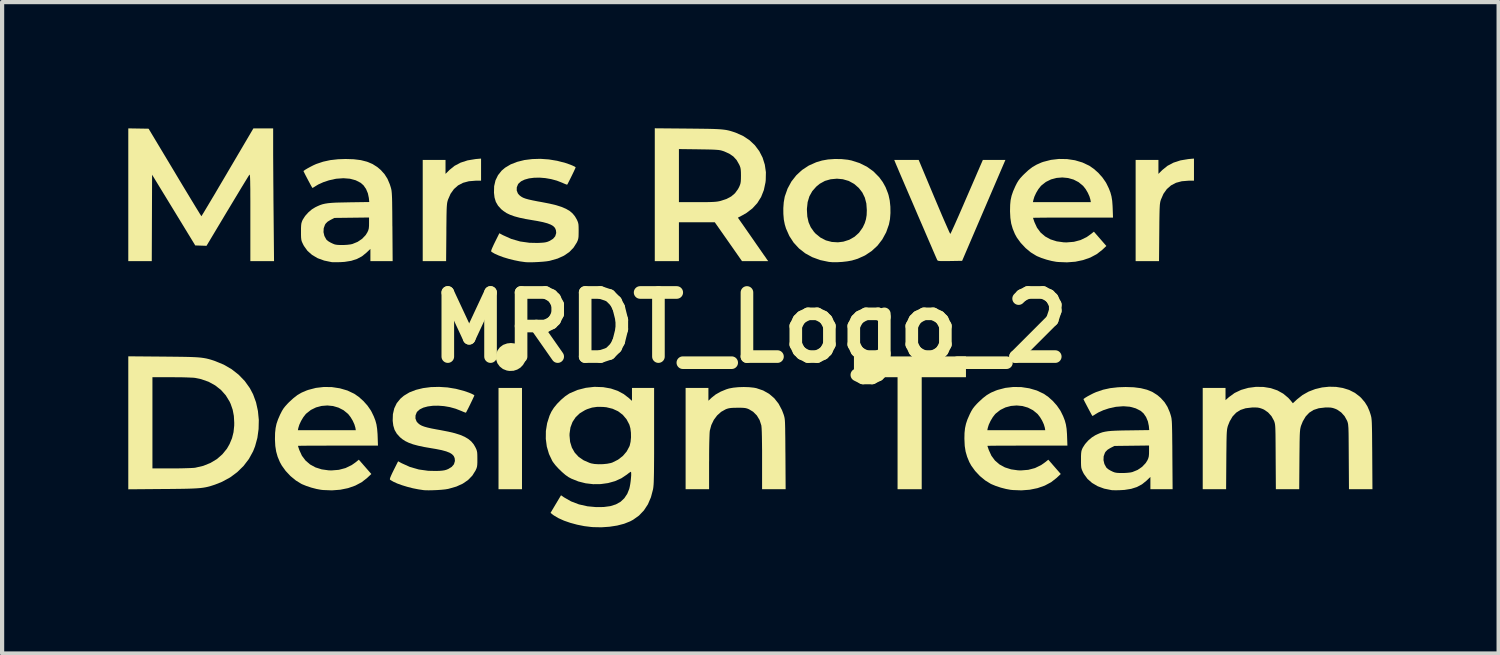
<source format=kicad_pcb>
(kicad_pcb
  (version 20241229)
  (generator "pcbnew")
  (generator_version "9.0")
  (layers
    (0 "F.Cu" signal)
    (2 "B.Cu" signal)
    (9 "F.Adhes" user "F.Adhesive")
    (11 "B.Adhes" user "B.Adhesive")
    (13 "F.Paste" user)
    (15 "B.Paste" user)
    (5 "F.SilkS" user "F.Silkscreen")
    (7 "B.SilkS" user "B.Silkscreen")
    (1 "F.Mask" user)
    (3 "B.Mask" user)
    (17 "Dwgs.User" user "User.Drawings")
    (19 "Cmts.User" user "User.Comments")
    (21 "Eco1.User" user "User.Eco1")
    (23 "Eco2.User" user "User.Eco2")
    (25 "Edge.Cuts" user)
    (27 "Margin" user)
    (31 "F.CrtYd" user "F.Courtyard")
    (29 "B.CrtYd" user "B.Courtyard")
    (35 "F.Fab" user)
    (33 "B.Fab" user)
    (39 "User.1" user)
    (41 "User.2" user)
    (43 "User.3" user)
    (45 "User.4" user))
  (footprint "MRDT_Logo_2"
    (layer "F.Cu")
    (at 14.781 4.738)
    (property "Reference" "MRDT_Logo_2" (at 0 0 0) (layer "F.SilkS") (effects (font (size 1.524 1.524) (thickness 0.3))))
    (attr board_only exclude_from_pos_files exclude_from_bom)
    (fp_poly (pts (xy -5.421 3.843) (xy -5.979 3.843) (xy -5.979 1.435) (xy -5.421 1.435)) (stroke (width 0) (type solid)) (fill yes) (layer "F.SilkS"))
    (fp_poly (pts (xy 5.134 1.18) (xy 4.082 1.18) (xy 4.082 3.843) (xy 3.508 3.843) (xy 3.508 1.18) (xy 2.471 1.18) (xy 2.471 0.686) (xy 5.134 0.686)) (stroke (width 0) (type solid)) (fill yes) (layer "F.SilkS"))
    (fp_poly (pts (xy -5.576 0.38) (xy -5.485 0.419) (xy -5.41 0.484) (xy -5.356 0.565) (xy -5.331 0.65) (xy -5.331 0.735) (xy -5.354 0.817) (xy -5.398 0.89) (xy -5.459 0.953) (xy -5.535 0.999) (xy -5.623 1.027) (xy -5.721 1.031) (xy -5.783 1.021) (xy -5.874 0.985) (xy -5.95 0.925) (xy -6.006 0.848) (xy -6.036 0.758) (xy -6.039 0.736) (xy -6.035 0.634) (xy -6.003 0.543) (xy -5.946 0.468) (xy -5.869 0.411) (xy -5.774 0.377) (xy -5.684 0.367)) (stroke (width 0) (type solid)) (fill yes) (layer "F.SilkS"))
    (fp_poly (pts (xy -6.394 -3.492) (xy -6.525 -3.492) (xy -6.684 -3.479) (xy -6.822 -3.442) (xy -6.941 -3.38) (xy -7.039 -3.293) (xy -7.119 -3.181) (xy -7.179 -3.044) (xy -7.18 -3.041) (xy -7.188 -3.016) (xy -7.195 -2.989) (xy -7.201 -2.959) (xy -7.205 -2.921) (xy -7.209 -2.873) (xy -7.212 -2.812) (xy -7.214 -2.733) (xy -7.216 -2.635) (xy -7.217 -2.513) (xy -7.219 -2.364) (xy -7.219 -2.26) (xy -7.225 -1.579) (xy -7.781 -1.579) (xy -7.781 -3.986) (xy -7.239 -3.986) (xy -7.239 -3.654) (xy -7.146 -3.747) (xy -7.025 -3.845) (xy -6.881 -3.921) (xy -6.715 -3.975) (xy -6.527 -4.006) (xy -6.509 -4.008) (xy -6.394 -4.018)) (stroke (width 0) (type solid)) (fill yes) (layer "F.SilkS"))
    (fp_poly (pts (xy 10.555 -3.492) (xy 10.424 -3.492) (xy 10.265 -3.479) (xy 10.127 -3.442) (xy 10.009 -3.38) (xy 9.91 -3.293) (xy 9.83 -3.181) (xy 9.77 -3.044) (xy 9.769 -3.041) (xy 9.761 -3.016) (xy 9.754 -2.989) (xy 9.749 -2.959) (xy 9.744 -2.921) (xy 9.741 -2.873) (xy 9.738 -2.812) (xy 9.736 -2.733) (xy 9.734 -2.635) (xy 9.732 -2.513) (xy 9.731 -2.364) (xy 9.73 -2.26) (xy 9.724 -1.579) (xy 9.168 -1.579) (xy 9.168 -3.986) (xy 9.71 -3.986) (xy 9.71 -3.654) (xy 9.803 -3.747) (xy 9.924 -3.845) (xy 10.068 -3.921) (xy 10.234 -3.975) (xy 10.422 -4.006) (xy 10.44 -4.008) (xy 10.555 -4.018)) (stroke (width 0) (type solid)) (fill yes) (layer "F.SilkS"))
    (fp_poly (pts (xy 5.557 -2.786) (xy 5.043 -1.587) (xy 4.754 -1.582) (xy 4.651 -1.581) (xy 4.575 -1.581) (xy 4.523 -1.582) (xy 4.488 -1.585) (xy 4.467 -1.591) (xy 4.456 -1.599) (xy 4.451 -1.606) (xy 4.443 -1.624) (xy 4.423 -1.669) (xy 4.393 -1.738) (xy 4.354 -1.828) (xy 4.308 -1.936) (xy 4.254 -2.06) (xy 4.195 -2.197) (xy 4.132 -2.344) (xy 4.065 -2.499) (xy 3.996 -2.658) (xy 3.927 -2.82) (xy 3.858 -2.981) (xy 3.79 -3.138) (xy 3.725 -3.289) (xy 3.664 -3.431) (xy 3.608 -3.562) (xy 3.558 -3.678) (xy 3.516 -3.778) (xy 3.482 -3.857) (xy 3.458 -3.914) (xy 3.445 -3.946) (xy 3.443 -3.95) (xy 3.429 -3.986) (xy 3.72 -3.986) (xy 4.01 -3.986) (xy 4.379 -3.105) (xy 4.446 -2.947) (xy 4.509 -2.798) (xy 4.567 -2.661) (xy 4.62 -2.539) (xy 4.667 -2.432) (xy 4.705 -2.346) (xy 4.734 -2.281) (xy 4.754 -2.24) (xy 4.762 -2.227) (xy 4.771 -2.242) (xy 4.791 -2.283) (xy 4.821 -2.348) (xy 4.86 -2.433) (xy 4.906 -2.537) (xy 4.959 -2.656) (xy 5.016 -2.787) (xy 5.077 -2.927) (xy 5.081 -2.937) (xy 5.145 -3.085) (xy 5.208 -3.23) (xy 5.268 -3.368) (xy 5.323 -3.495) (xy 5.372 -3.608) (xy 5.412 -3.702) (xy 5.444 -3.774) (xy 5.461 -3.815) (xy 5.536 -3.986) (xy 6.072 -3.986)) (stroke (width 0) (type solid)) (fill yes) (layer "F.SilkS"))
    (fp_poly (pts (xy -14.539 -4.732) (xy -14.298 -4.728) (xy -13.674 -3.688) (xy -13.575 -3.522) (xy -13.48 -3.364) (xy -13.391 -3.217) (xy -13.309 -3.081) (xy -13.236 -2.961) (xy -13.173 -2.857) (xy -13.12 -2.771) (xy -13.081 -2.707) (xy -13.054 -2.665) (xy -13.043 -2.648) (xy -13.043 -2.648) (xy -13.034 -2.661) (xy -13.01 -2.7) (xy -12.972 -2.762) (xy -12.922 -2.846) (xy -12.861 -2.948) (xy -12.79 -3.067) (xy -12.71 -3.201) (xy -12.624 -3.348) (xy -12.531 -3.505) (xy -12.433 -3.671) (xy -12.421 -3.692) (xy -11.807 -4.735) (xy -11.572 -4.735) (xy -11.337 -4.736) (xy -11.337 -4.221) (xy -11.337 -4.112) (xy -11.336 -3.975) (xy -11.335 -3.815) (xy -11.334 -3.637) (xy -11.333 -3.446) (xy -11.331 -3.245) (xy -11.33 -3.041) (xy -11.328 -2.836) (xy -11.326 -2.643) (xy -11.316 -1.579) (xy -11.879 -1.579) (xy -11.879 -2.618) (xy -11.879 -2.829) (xy -11.879 -3.01) (xy -11.88 -3.163) (xy -11.88 -3.29) (xy -11.882 -3.394) (xy -11.883 -3.476) (xy -11.885 -3.539) (xy -11.887 -3.584) (xy -11.89 -3.614) (xy -11.894 -3.631) (xy -11.898 -3.636) (xy -11.901 -3.635) (xy -11.913 -3.617) (xy -11.939 -3.575) (xy -11.979 -3.51) (xy -12.031 -3.425) (xy -12.094 -3.322) (xy -12.165 -3.204) (xy -12.244 -3.073) (xy -12.329 -2.932) (xy -12.418 -2.784) (xy -12.422 -2.778) (xy -12.921 -1.944) (xy -13.189 -1.953) (xy -13.702 -2.794) (xy -14.215 -3.634) (xy -14.219 -2.606) (xy -14.223 -1.579) (xy -14.781 -1.579) (xy -14.781 -4.736)) (stroke (width 0) (type solid)) (fill yes) (layer "F.SilkS"))
    (fp_poly (pts (xy -0.022 1.417) (xy 0.092 1.429) (xy 0.15 1.44) (xy 0.312 1.495) (xy 0.454 1.575) (xy 0.576 1.679) (xy 0.678 1.808) (xy 0.76 1.962) (xy 0.799 2.065) (xy 0.807 2.09) (xy 0.814 2.115) (xy 0.82 2.141) (xy 0.825 2.172) (xy 0.829 2.211) (xy 0.832 2.261) (xy 0.834 2.324) (xy 0.836 2.404) (xy 0.837 2.503) (xy 0.839 2.625) (xy 0.84 2.771) (xy 0.841 2.946) (xy 0.842 3.01) (xy 0.847 3.843) (xy 0.287 3.843) (xy 0.287 3.126) (xy 0.287 2.921) (xy 0.285 2.745) (xy 0.283 2.598) (xy 0.28 2.481) (xy 0.276 2.395) (xy 0.271 2.339) (xy 0.269 2.325) (xy 0.228 2.198) (xy 0.162 2.089) (xy 0.074 2.001) (xy -0.024 1.942) (xy -0.063 1.926) (xy -0.102 1.915) (xy -0.149 1.909) (xy -0.212 1.906) (xy -0.295 1.906) (xy -0.384 1.907) (xy -0.449 1.911) (xy -0.5 1.918) (xy -0.545 1.93) (xy -0.577 1.942) (xy -0.686 2.003) (xy -0.782 2.089) (xy -0.861 2.195) (xy -0.92 2.318) (xy -0.956 2.452) (xy -0.956 2.455) (xy -0.96 2.495) (xy -0.963 2.561) (xy -0.966 2.652) (xy -0.969 2.762) (xy -0.971 2.888) (xy -0.972 3.025) (xy -0.972 3.169) (xy -0.973 3.201) (xy -0.973 3.843) (xy -1.531 3.843) (xy -1.531 1.435) (xy -0.989 1.435) (xy -0.989 1.739) (xy -0.913 1.667) (xy -0.816 1.59) (xy -0.697 1.523) (xy -0.564 1.468) (xy -0.499 1.448) (xy -0.398 1.429) (xy -0.278 1.417) (xy -0.149 1.413)) (stroke (width 0) (type solid)) (fill yes) (layer "F.SilkS"))
    (fp_poly (pts (xy -13.948 0.69) (xy -13.749 0.692) (xy -13.579 0.694) (xy -13.435 0.696) (xy -13.313 0.699) (xy -13.211 0.703) (xy -13.124 0.708) (xy -13.05 0.715) (xy -12.986 0.724) (xy -12.929 0.734) (xy -12.875 0.747) (xy -12.821 0.762) (xy -12.764 0.78) (xy -12.718 0.796) (xy -12.512 0.881) (xy -12.324 0.99) (xy -12.157 1.121) (xy -12.012 1.271) (xy -11.891 1.44) (xy -11.814 1.586) (xy -11.744 1.777) (xy -11.699 1.983) (xy -11.678 2.196) (xy -11.683 2.411) (xy -11.712 2.622) (xy -11.767 2.823) (xy -11.814 2.942) (xy -11.914 3.124) (xy -12.04 3.289) (xy -12.19 3.436) (xy -12.361 3.563) (xy -12.553 3.667) (xy -12.718 3.733) (xy -12.779 3.753) (xy -12.835 3.771) (xy -12.889 3.785) (xy -12.944 3.797) (xy -13.003 3.807) (xy -13.069 3.815) (xy -13.146 3.821) (xy -13.236 3.826) (xy -13.344 3.83) (xy -13.471 3.833) (xy -13.622 3.835) (xy -13.799 3.837) (xy -13.948 3.838) (xy -14.781 3.845) (xy -14.781 1.18) (xy -14.207 1.18) (xy -14.207 3.348) (xy -13.748 3.348) (xy -13.625 3.348) (xy -13.506 3.346) (xy -13.398 3.343) (xy -13.306 3.34) (xy -13.234 3.336) (xy -13.189 3.332) (xy -13.187 3.331) (xy -12.998 3.287) (xy -12.827 3.218) (xy -12.674 3.126) (xy -12.544 3.012) (xy -12.435 2.878) (xy -12.373 2.769) (xy -12.315 2.63) (xy -12.279 2.487) (xy -12.263 2.332) (xy -12.262 2.264) (xy -12.271 2.101) (xy -12.299 1.954) (xy -12.347 1.815) (xy -12.373 1.759) (xy -12.464 1.61) (xy -12.578 1.482) (xy -12.716 1.374) (xy -12.873 1.288) (xy -13.05 1.226) (xy -13.187 1.197) (xy -13.23 1.192) (xy -13.3 1.189) (xy -13.391 1.185) (xy -13.498 1.182) (xy -13.616 1.181) (xy -13.739 1.18) (xy -13.748 1.18) (xy -14.207 1.18) (xy -14.781 1.18) (xy -14.781 0.683)) (stroke (width 0) (type solid)) (fill yes) (layer "F.SilkS"))
    (fp_poly (pts (xy 2.174 -4.006) (xy 2.326 -3.99) (xy 2.412 -3.973) (xy 2.605 -3.911) (xy 2.778 -3.825) (xy 2.932 -3.715) (xy 3.063 -3.583) (xy 3.07 -3.576) (xy 3.156 -3.459) (xy 3.223 -3.338) (xy 3.277 -3.201) (xy 3.294 -3.149) (xy 3.322 -3.021) (xy 3.337 -2.875) (xy 3.339 -2.724) (xy 3.328 -2.578) (xy 3.303 -2.451) (xy 3.237 -2.265) (xy 3.145 -2.096) (xy 3.03 -1.947) (xy 2.892 -1.82) (xy 2.734 -1.715) (xy 2.559 -1.636) (xy 2.423 -1.595) (xy 2.314 -1.575) (xy 2.191 -1.561) (xy 2.066 -1.554) (xy 1.95 -1.555) (xy 1.873 -1.562) (xy 1.668 -1.605) (xy 1.48 -1.674) (xy 1.312 -1.766) (xy 1.164 -1.882) (xy 1.038 -2.019) (xy 0.935 -2.177) (xy 0.856 -2.355) (xy 0.827 -2.451) (xy 0.804 -2.566) (xy 0.793 -2.7) (xy 0.792 -2.798) (xy 1.353 -2.798) (xy 1.362 -2.641) (xy 1.392 -2.505) (xy 1.444 -2.385) (xy 1.52 -2.277) (xy 1.562 -2.231) (xy 1.676 -2.139) (xy 1.804 -2.073) (xy 1.944 -2.036) (xy 2.091 -2.027) (xy 2.22 -2.043) (xy 2.361 -2.088) (xy 2.485 -2.159) (xy 2.591 -2.254) (xy 2.674 -2.371) (xy 2.684 -2.388) (xy 2.729 -2.484) (xy 2.757 -2.576) (xy 2.773 -2.675) (xy 2.777 -2.793) (xy 2.777 -2.794) (xy 2.766 -2.951) (xy 2.73 -3.089) (xy 2.67 -3.212) (xy 2.586 -3.32) (xy 2.475 -3.416) (xy 2.348 -3.486) (xy 2.207 -3.527) (xy 2.067 -3.54) (xy 1.916 -3.526) (xy 1.781 -3.487) (xy 1.659 -3.42) (xy 1.575 -3.351) (xy 1.48 -3.243) (xy 1.412 -3.121) (xy 1.37 -2.982) (xy 1.353 -2.824) (xy 1.353 -2.798) (xy 0.792 -2.798) (xy 0.792 -2.841) (xy 0.802 -2.978) (xy 0.823 -3.098) (xy 0.827 -3.117) (xy 0.893 -3.304) (xy 0.984 -3.472) (xy 1.1 -3.62) (xy 1.237 -3.747) (xy 1.396 -3.851) (xy 1.575 -3.931) (xy 1.714 -3.972) (xy 1.855 -3.997) (xy 2.013 -4.008)) (stroke (width 0) (type solid)) (fill yes) (layer "F.SilkS"))
    (fp_poly (pts (xy -1.471 -4.731) (xy -1.281 -4.729) (xy -1.119 -4.727) (xy -0.982 -4.725) (xy -0.868 -4.722) (xy -0.773 -4.718) (xy -0.693 -4.713) (xy -0.625 -4.706) (xy -0.567 -4.698) (xy -0.514 -4.687) (xy -0.464 -4.674) (xy -0.413 -4.658) (xy -0.358 -4.64) (xy -0.329 -4.629) (xy -0.16 -4.553) (xy -0.011 -4.454) (xy 0.116 -4.334) (xy 0.22 -4.195) (xy 0.299 -4.041) (xy 0.352 -3.873) (xy 0.378 -3.694) (xy 0.374 -3.506) (xy 0.368 -3.452) (xy 0.329 -3.269) (xy 0.264 -3.105) (xy 0.173 -2.959) (xy 0.056 -2.832) (xy -0.086 -2.724) (xy -0.178 -2.671) (xy -0.288 -2.613) (xy -0.258 -2.57) (xy -0.242 -2.547) (xy -0.21 -2.501) (xy -0.164 -2.436) (xy -0.108 -2.355) (xy -0.043 -2.262) (xy 0.028 -2.16) (xy 0.072 -2.097) (xy 0.145 -1.991) (xy 0.214 -1.892) (xy 0.276 -1.803) (xy 0.328 -1.728) (xy 0.369 -1.671) (xy 0.394 -1.633) (xy 0.402 -1.622) (xy 0.433 -1.579) (xy -0.19 -1.579) (xy -0.513 -2.041) (xy -0.837 -2.503) (xy -1.69 -2.503) (xy -1.69 -1.579) (xy -2.264 -1.579) (xy -2.264 -4.244) (xy -1.69 -4.244) (xy -1.69 -2.982) (xy -1.254 -2.982) (xy -1.12 -2.982) (xy -1.013 -2.983) (xy -0.929 -2.985) (xy -0.862 -2.988) (xy -0.809 -2.992) (xy -0.764 -2.998) (xy -0.723 -3.006) (xy -0.695 -3.013) (xy -0.558 -3.058) (xy -0.446 -3.118) (xy -0.357 -3.194) (xy -0.286 -3.291) (xy -0.257 -3.346) (xy -0.238 -3.391) (xy -0.226 -3.431) (xy -0.219 -3.477) (xy -0.216 -3.538) (xy -0.215 -3.611) (xy -0.216 -3.693) (xy -0.22 -3.752) (xy -0.227 -3.797) (xy -0.24 -3.837) (xy -0.257 -3.875) (xy -0.318 -3.982) (xy -0.395 -4.067) (xy -0.493 -4.134) (xy -0.615 -4.189) (xy -0.642 -4.198) (xy -0.674 -4.208) (xy -0.707 -4.216) (xy -0.745 -4.222) (xy -0.794 -4.226) (xy -0.856 -4.23) (xy -0.936 -4.233) (xy -1.039 -4.235) (xy -1.168 -4.237) (xy -1.216 -4.238) (xy -1.69 -4.244) (xy -2.264 -4.244) (xy -2.264 -4.738)) (stroke (width 0) (type solid)) (fill yes) (layer "F.SilkS"))
    (fp_poly (pts (xy -9.939 1.415) (xy -9.751 1.444) (xy -9.572 1.496) (xy -9.41 1.573) (xy -9.408 1.574) (xy -9.299 1.65) (xy -9.192 1.746) (xy -9.095 1.854) (xy -9.018 1.965) (xy -8.998 2.001) (xy -8.945 2.11) (xy -8.907 2.208) (xy -8.881 2.303) (xy -8.865 2.408) (xy -8.855 2.53) (xy -8.853 2.579) (xy -8.845 2.806) (xy -9.796 2.806) (xy -9.967 2.806) (xy -10.128 2.807) (xy -10.276 2.807) (xy -10.409 2.808) (xy -10.524 2.808) (xy -10.618 2.809) (xy -10.688 2.81) (xy -10.732 2.811) (xy -10.747 2.812) (xy -10.742 2.829) (xy -10.73 2.867) (xy -10.715 2.911) (xy -10.653 3.047) (xy -10.567 3.161) (xy -10.459 3.254) (xy -10.331 3.324) (xy -10.183 3.371) (xy -10.018 3.394) (xy -9.949 3.396) (xy -9.776 3.382) (xy -9.617 3.34) (xy -9.47 3.269) (xy -9.379 3.205) (xy -9.3 3.141) (xy -9.003 3.481) (xy -9.102 3.574) (xy -9.232 3.676) (xy -9.385 3.757) (xy -9.555 3.817) (xy -9.742 3.855) (xy -9.94 3.87) (xy -10.146 3.862) (xy -10.197 3.857) (xy -10.305 3.837) (xy -10.425 3.806) (xy -10.544 3.767) (xy -10.649 3.724) (xy -10.669 3.714) (xy -10.799 3.634) (xy -10.925 3.53) (xy -11.038 3.41) (xy -11.131 3.281) (xy -11.177 3.198) (xy -11.23 3.072) (xy -11.265 2.948) (xy -11.286 2.815) (xy -11.294 2.664) (xy -11.294 2.639) (xy -11.291 2.504) (xy -11.284 2.44) (xy -10.749 2.44) (xy -9.372 2.44) (xy -9.382 2.38) (xy -9.405 2.302) (xy -9.445 2.214) (xy -9.496 2.129) (xy -9.551 2.058) (xy -9.558 2.051) (xy -9.663 1.965) (xy -9.784 1.903) (xy -9.914 1.865) (xy -10.05 1.852) (xy -10.187 1.863) (xy -10.318 1.898) (xy -10.44 1.958) (xy -10.547 2.042) (xy -10.565 2.06) (xy -10.62 2.131) (xy -10.672 2.218) (xy -10.714 2.308) (xy -10.739 2.388) (xy -10.749 2.44) (xy -11.284 2.44) (xy -11.279 2.391) (xy -11.257 2.287) (xy -11.221 2.182) (xy -11.17 2.065) (xy -11.166 2.058) (xy -11.129 1.985) (xy -11.093 1.926) (xy -11.051 1.872) (xy -10.996 1.811) (xy -10.957 1.771) (xy -10.854 1.677) (xy -10.759 1.603) (xy -10.66 1.546) (xy -10.548 1.498) (xy -10.504 1.482) (xy -10.321 1.434) (xy -10.131 1.412)) (stroke (width 0) (type solid)) (fill yes) (layer "F.SilkS"))
    (fp_poly (pts (xy 7.537 -4.006) (xy 7.725 -3.978) (xy 7.903 -3.925) (xy 8.066 -3.848) (xy 8.068 -3.847) (xy 8.177 -3.771) (xy 8.284 -3.675) (xy 8.38 -3.567) (xy 8.457 -3.456) (xy 8.477 -3.42) (xy 8.53 -3.311) (xy 8.568 -3.214) (xy 8.594 -3.118) (xy 8.611 -3.013) (xy 8.62 -2.891) (xy 8.622 -2.842) (xy 8.63 -2.615) (xy 7.679 -2.615) (xy 7.509 -2.615) (xy 7.348 -2.615) (xy 7.199 -2.614) (xy 7.066 -2.614) (xy 6.951 -2.613) (xy 6.857 -2.612) (xy 6.787 -2.611) (xy 6.743 -2.61) (xy 6.729 -2.609) (xy 6.733 -2.593) (xy 6.746 -2.555) (xy 6.761 -2.51) (xy 6.823 -2.375) (xy 6.908 -2.26) (xy 7.016 -2.167) (xy 7.144 -2.097) (xy 7.292 -2.05) (xy 7.458 -2.027) (xy 7.527 -2.025) (xy 7.7 -2.039) (xy 7.859 -2.081) (xy 8.005 -2.152) (xy 8.096 -2.217) (xy 8.176 -2.28) (xy 8.472 -1.94) (xy 8.373 -1.847) (xy 8.243 -1.746) (xy 8.091 -1.665) (xy 7.92 -1.605) (xy 7.734 -1.566) (xy 7.536 -1.551) (xy 7.329 -1.559) (xy 7.279 -1.564) (xy 7.171 -1.584) (xy 7.05 -1.615) (xy 6.931 -1.654) (xy 6.827 -1.697) (xy 6.807 -1.707) (xy 6.676 -1.787) (xy 6.551 -1.891) (xy 6.438 -2.011) (xy 6.344 -2.14) (xy 6.298 -2.224) (xy 6.246 -2.349) (xy 6.21 -2.473) (xy 6.19 -2.606) (xy 6.182 -2.758) (xy 6.182 -2.782) (xy 6.185 -2.917) (xy 6.191 -2.982) (xy 6.726 -2.982) (xy 8.103 -2.982) (xy 8.093 -3.041) (xy 8.07 -3.119) (xy 8.03 -3.207) (xy 7.98 -3.292) (xy 7.924 -3.363) (xy 7.918 -3.37) (xy 7.812 -3.457) (xy 7.692 -3.519) (xy 7.561 -3.556) (xy 7.425 -3.569) (xy 7.289 -3.558) (xy 7.157 -3.523) (xy 7.035 -3.463) (xy 6.929 -3.38) (xy 6.911 -3.361) (xy 6.855 -3.29) (xy 6.803 -3.203) (xy 6.761 -3.113) (xy 6.737 -3.033) (xy 6.726 -2.982) (xy 6.191 -2.982) (xy 6.196 -3.031) (xy 6.219 -3.135) (xy 6.255 -3.24) (xy 6.306 -3.356) (xy 6.309 -3.363) (xy 6.346 -3.436) (xy 6.382 -3.495) (xy 6.424 -3.55) (xy 6.479 -3.61) (xy 6.519 -3.65) (xy 6.621 -3.745) (xy 6.717 -3.818) (xy 6.816 -3.875) (xy 6.927 -3.924) (xy 6.972 -3.94) (xy 7.154 -3.987) (xy 7.344 -4.009)) (stroke (width 0) (type solid)) (fill yes) (layer "F.SilkS"))
    (fp_poly (pts (xy 6.452 1.415) (xy 6.64 1.444) (xy 6.819 1.496) (xy 6.981 1.573) (xy 6.984 1.574) (xy 7.093 1.65) (xy 7.2 1.746) (xy 7.296 1.854) (xy 7.373 1.965) (xy 7.393 2.001) (xy 7.446 2.11) (xy 7.484 2.208) (xy 7.51 2.303) (xy 7.527 2.408) (xy 7.536 2.53) (xy 7.538 2.579) (xy 7.546 2.806) (xy 6.595 2.806) (xy 6.424 2.806) (xy 6.263 2.807) (xy 6.115 2.807) (xy 5.982 2.808) (xy 5.867 2.808) (xy 5.773 2.809) (xy 5.703 2.81) (xy 5.659 2.811) (xy 5.644 2.812) (xy 5.649 2.829) (xy 5.662 2.867) (xy 5.677 2.911) (xy 5.739 3.047) (xy 5.824 3.161) (xy 5.932 3.254) (xy 6.06 3.324) (xy 6.208 3.371) (xy 6.373 3.394) (xy 6.442 3.396) (xy 6.615 3.382) (xy 6.775 3.34) (xy 6.921 3.269) (xy 7.012 3.205) (xy 7.092 3.141) (xy 7.24 3.311) (xy 7.388 3.481) (xy 7.289 3.574) (xy 7.159 3.676) (xy 7.007 3.757) (xy 6.836 3.817) (xy 6.65 3.855) (xy 6.452 3.87) (xy 6.245 3.862) (xy 6.195 3.857) (xy 6.087 3.837) (xy 5.966 3.806) (xy 5.847 3.767) (xy 5.743 3.724) (xy 5.722 3.714) (xy 5.592 3.634) (xy 5.466 3.53) (xy 5.353 3.41) (xy 5.26 3.281) (xy 5.214 3.198) (xy 5.162 3.072) (xy 5.126 2.948) (xy 5.105 2.815) (xy 5.098 2.664) (xy 5.097 2.639) (xy 5.1 2.504) (xy 5.107 2.44) (xy 5.642 2.44) (xy 7.019 2.44) (xy 7.009 2.38) (xy 6.986 2.302) (xy 6.946 2.214) (xy 6.895 2.129) (xy 6.84 2.058) (xy 6.833 2.051) (xy 6.728 1.965) (xy 6.608 1.903) (xy 6.477 1.865) (xy 6.341 1.852) (xy 6.204 1.863) (xy 6.073 1.898) (xy 5.951 1.958) (xy 5.844 2.042) (xy 5.826 2.06) (xy 5.771 2.131) (xy 5.719 2.218) (xy 5.677 2.308) (xy 5.652 2.388) (xy 5.642 2.44) (xy 5.107 2.44) (xy 5.112 2.391) (xy 5.135 2.287) (xy 5.17 2.182) (xy 5.222 2.065) (xy 5.225 2.058) (xy 5.262 1.985) (xy 5.298 1.926) (xy 5.34 1.872) (xy 5.395 1.811) (xy 5.435 1.771) (xy 5.537 1.677) (xy 5.632 1.603) (xy 5.731 1.546) (xy 5.843 1.498) (xy 5.887 1.482) (xy 6.07 1.434) (xy 6.26 1.412)) (stroke (width 0) (type solid)) (fill yes) (layer "F.SilkS"))
    (fp_poly (pts (xy 13.934 1.41) (xy 14.094 1.436) (xy 14.245 1.483) (xy 14.382 1.553) (xy 14.501 1.644) (xy 14.536 1.679) (xy 14.618 1.776) (xy 14.68 1.876) (xy 14.728 1.988) (xy 14.751 2.057) (xy 14.759 2.084) (xy 14.766 2.111) (xy 14.772 2.139) (xy 14.776 2.172) (xy 14.78 2.214) (xy 14.783 2.266) (xy 14.785 2.332) (xy 14.787 2.414) (xy 14.789 2.516) (xy 14.79 2.641) (xy 14.791 2.791) (xy 14.793 2.97) (xy 14.793 3.01) (xy 14.798 3.843) (xy 14.24 3.843) (xy 14.235 3.073) (xy 14.234 2.897) (xy 14.233 2.749) (xy 14.232 2.628) (xy 14.231 2.529) (xy 14.229 2.451) (xy 14.227 2.389) (xy 14.223 2.341) (xy 14.22 2.305) (xy 14.215 2.277) (xy 14.209 2.253) (xy 14.202 2.232) (xy 14.193 2.21) (xy 14.135 2.105) (xy 14.054 2.016) (xy 13.958 1.95) (xy 13.912 1.93) (xy 13.858 1.912) (xy 13.808 1.902) (xy 13.75 1.899) (xy 13.672 1.9) (xy 13.665 1.901) (xy 13.521 1.918) (xy 13.399 1.958) (xy 13.296 2.023) (xy 13.211 2.113) (xy 13.142 2.23) (xy 13.101 2.332) (xy 13.093 2.358) (xy 13.087 2.384) (xy 13.081 2.413) (xy 13.077 2.45) (xy 13.073 2.497) (xy 13.07 2.558) (xy 13.068 2.635) (xy 13.066 2.732) (xy 13.065 2.852) (xy 13.063 2.998) (xy 13.062 3.137) (xy 13.057 3.843) (xy 12.502 3.843) (xy 12.497 3.073) (xy 12.496 2.897) (xy 12.495 2.749) (xy 12.494 2.628) (xy 12.493 2.529) (xy 12.491 2.451) (xy 12.489 2.389) (xy 12.486 2.341) (xy 12.482 2.305) (xy 12.477 2.277) (xy 12.471 2.253) (xy 12.464 2.232) (xy 12.455 2.21) (xy 12.397 2.105) (xy 12.316 2.016) (xy 12.22 1.95) (xy 12.174 1.93) (xy 12.12 1.912) (xy 12.07 1.902) (xy 12.012 1.899) (xy 11.934 1.9) (xy 11.927 1.901) (xy 11.783 1.918) (xy 11.661 1.958) (xy 11.558 2.023) (xy 11.473 2.113) (xy 11.404 2.23) (xy 11.363 2.332) (xy 11.355 2.358) (xy 11.349 2.384) (xy 11.343 2.413) (xy 11.339 2.45) (xy 11.335 2.497) (xy 11.332 2.558) (xy 11.33 2.635) (xy 11.328 2.732) (xy 11.327 2.852) (xy 11.325 2.998) (xy 11.324 3.137) (xy 11.319 3.843) (xy 10.763 3.843) (xy 10.763 1.435) (xy 11.305 1.435) (xy 11.305 1.725) (xy 11.389 1.651) (xy 11.521 1.555) (xy 11.675 1.482) (xy 11.846 1.433) (xy 12.03 1.409) (xy 12.211 1.412) (xy 12.381 1.44) (xy 12.537 1.493) (xy 12.677 1.571) (xy 12.797 1.671) (xy 12.846 1.725) (xy 12.906 1.799) (xy 13.006 1.706) (xy 13.136 1.603) (xy 13.281 1.522) (xy 13.438 1.462) (xy 13.602 1.423) (xy 13.768 1.406)) (stroke (width 0) (type solid)) (fill yes) (layer "F.SilkS"))
    (fp_poly (pts (xy -7.192 1.423) (xy -6.991 1.456) (xy -6.794 1.508) (xy -6.682 1.547) (xy -6.624 1.571) (xy -6.579 1.593) (xy -6.556 1.608) (xy -6.553 1.612) (xy -6.56 1.63) (xy -6.578 1.669) (xy -6.604 1.725) (xy -6.635 1.789) (xy -6.668 1.857) (xy -6.699 1.92) (xy -6.727 1.973) (xy -6.746 2.01) (xy -6.754 2.023) (xy -6.77 2.02) (xy -6.808 2.006) (xy -6.859 1.984) (xy -6.869 1.98) (xy -6.999 1.929) (xy -7.136 1.891) (xy -7.275 1.867) (xy -7.412 1.857) (xy -7.542 1.859) (xy -7.662 1.875) (xy -7.766 1.903) (xy -7.85 1.944) (xy -7.911 1.998) (xy -7.924 2.016) (xy -7.952 2.088) (xy -7.954 2.162) (xy -7.928 2.23) (xy -7.915 2.248) (xy -7.883 2.281) (xy -7.847 2.309) (xy -7.802 2.333) (xy -7.744 2.355) (xy -7.67 2.376) (xy -7.574 2.398) (xy -7.454 2.421) (xy -7.358 2.438) (xy -7.174 2.474) (xy -7.018 2.511) (xy -6.888 2.552) (xy -6.782 2.598) (xy -6.695 2.65) (xy -6.625 2.709) (xy -6.568 2.778) (xy -6.526 2.852) (xy -6.506 2.894) (xy -6.494 2.932) (xy -6.486 2.974) (xy -6.483 3.028) (xy -6.482 3.104) (xy -6.482 3.125) (xy -6.482 3.207) (xy -6.485 3.266) (xy -6.491 3.31) (xy -6.503 3.348) (xy -6.521 3.388) (xy -6.525 3.397) (xy -6.602 3.52) (xy -6.704 3.625) (xy -6.83 3.711) (xy -6.982 3.78) (xy -7.16 3.831) (xy -7.181 3.836) (xy -7.248 3.847) (xy -7.337 3.856) (xy -7.439 3.863) (xy -7.543 3.867) (xy -7.641 3.869) (xy -7.722 3.867) (xy -7.757 3.865) (xy -7.884 3.846) (xy -8.016 3.82) (xy -8.148 3.786) (xy -8.273 3.748) (xy -8.386 3.707) (xy -8.48 3.664) (xy -8.549 3.623) (xy -8.558 3.616) (xy -8.562 3.602) (xy -8.555 3.572) (xy -8.535 3.523) (xy -8.502 3.451) (xy -8.472 3.39) (xy -8.366 3.179) (xy -8.281 3.225) (xy -8.084 3.314) (xy -7.873 3.374) (xy -7.651 3.405) (xy -7.462 3.409) (xy -7.374 3.406) (xy -7.309 3.4) (xy -7.26 3.392) (xy -7.218 3.38) (xy -7.174 3.362) (xy -7.172 3.361) (xy -7.091 3.311) (xy -7.039 3.25) (xy -7.017 3.178) (xy -7.016 3.16) (xy -7.022 3.103) (xy -7.044 3.054) (xy -7.083 3.012) (xy -7.142 2.975) (xy -7.224 2.943) (xy -7.33 2.914) (xy -7.465 2.887) (xy -7.566 2.87) (xy -7.741 2.84) (xy -7.887 2.809) (xy -8.01 2.776) (xy -8.112 2.739) (xy -8.197 2.698) (xy -8.27 2.65) (xy -8.322 2.606) (xy -8.398 2.522) (xy -8.45 2.432) (xy -8.481 2.329) (xy -8.495 2.216) (xy -8.49 2.06) (xy -8.458 1.921) (xy -8.399 1.798) (xy -8.311 1.69) (xy -8.229 1.62) (xy -8.098 1.541) (xy -7.944 1.481) (xy -7.772 1.439) (xy -7.587 1.415) (xy -7.392 1.41)) (stroke (width 0) (type solid)) (fill yes) (layer "F.SilkS"))
    (fp_poly (pts (xy -4.784 -3.998) (xy -4.584 -3.965) (xy -4.386 -3.913) (xy -4.274 -3.874) (xy -4.216 -3.85) (xy -4.172 -3.829) (xy -4.148 -3.813) (xy -4.146 -3.809) (xy -4.152 -3.792) (xy -4.17 -3.752) (xy -4.196 -3.696) (xy -4.227 -3.632) (xy -4.26 -3.565) (xy -4.292 -3.501) (xy -4.319 -3.448) (xy -4.338 -3.411) (xy -4.347 -3.398) (xy -4.363 -3.401) (xy -4.4 -3.415) (xy -4.451 -3.437) (xy -4.461 -3.442) (xy -4.592 -3.493) (xy -4.729 -3.53) (xy -4.868 -3.554) (xy -5.004 -3.565) (xy -5.135 -3.562) (xy -5.254 -3.547) (xy -5.358 -3.518) (xy -5.443 -3.477) (xy -5.504 -3.423) (xy -5.516 -3.406) (xy -5.545 -3.333) (xy -5.546 -3.259) (xy -5.52 -3.192) (xy -5.507 -3.174) (xy -5.476 -3.141) (xy -5.439 -3.113) (xy -5.395 -3.088) (xy -5.337 -3.066) (xy -5.262 -3.045) (xy -5.167 -3.024) (xy -5.046 -3) (xy -4.95 -2.983) (xy -4.766 -2.947) (xy -4.61 -2.91) (xy -4.481 -2.869) (xy -4.374 -2.823) (xy -4.287 -2.772) (xy -4.217 -2.712) (xy -4.161 -2.643) (xy -4.118 -2.569) (xy -4.099 -2.527) (xy -4.086 -2.489) (xy -4.078 -2.448) (xy -4.075 -2.393) (xy -4.074 -2.317) (xy -4.074 -2.296) (xy -4.075 -2.214) (xy -4.077 -2.155) (xy -4.084 -2.111) (xy -4.095 -2.073) (xy -4.113 -2.033) (xy -4.117 -2.024) (xy -4.195 -1.901) (xy -4.296 -1.796) (xy -4.422 -1.71) (xy -4.574 -1.641) (xy -4.753 -1.59) (xy -4.774 -1.585) (xy -4.84 -1.575) (xy -4.929 -1.566) (xy -5.031 -1.559) (xy -5.135 -1.554) (xy -5.233 -1.552) (xy -5.314 -1.554) (xy -5.349 -1.557) (xy -5.476 -1.575) (xy -5.609 -1.602) (xy -5.74 -1.635) (xy -5.866 -1.673) (xy -5.978 -1.715) (xy -6.072 -1.757) (xy -6.141 -1.798) (xy -6.15 -1.805) (xy -6.154 -1.819) (xy -6.147 -1.849) (xy -6.127 -1.898) (xy -6.094 -1.97) (xy -6.064 -2.032) (xy -5.959 -2.243) (xy -5.874 -2.197) (xy -5.676 -2.108) (xy -5.465 -2.047) (xy -5.243 -2.016) (xy -5.054 -2.012) (xy -4.966 -2.016) (xy -4.901 -2.021) (xy -4.852 -2.029) (xy -4.81 -2.041) (xy -4.767 -2.059) (xy -4.764 -2.06) (xy -4.683 -2.11) (xy -4.631 -2.171) (xy -4.609 -2.243) (xy -4.608 -2.261) (xy -4.615 -2.318) (xy -4.636 -2.368) (xy -4.675 -2.41) (xy -4.734 -2.446) (xy -4.816 -2.478) (xy -4.923 -2.507) (xy -5.057 -2.534) (xy -5.158 -2.551) (xy -5.333 -2.581) (xy -5.48 -2.612) (xy -5.602 -2.645) (xy -5.704 -2.682) (xy -5.79 -2.723) (xy -5.862 -2.771) (xy -5.915 -2.815) (xy -5.991 -2.899) (xy -6.043 -2.989) (xy -6.074 -3.093) (xy -6.087 -3.206) (xy -6.083 -3.361) (xy -6.051 -3.5) (xy -5.991 -3.623) (xy -5.904 -3.732) (xy -5.821 -3.802) (xy -5.69 -3.88) (xy -5.536 -3.94) (xy -5.364 -3.983) (xy -5.179 -4.006) (xy -4.984 -4.012)) (stroke (width 0) (type solid)) (fill yes) (layer "F.SilkS"))
    (fp_poly (pts (xy -9.421 -4.002) (xy -9.252 -3.981) (xy -9.104 -3.943) (xy -8.975 -3.889) (xy -8.86 -3.816) (xy -8.779 -3.747) (xy -8.689 -3.647) (xy -8.619 -3.537) (xy -8.564 -3.407) (xy -8.545 -3.348) (xy -8.537 -3.321) (xy -8.53 -3.294) (xy -8.524 -3.265) (xy -8.52 -3.231) (xy -8.516 -3.188) (xy -8.513 -3.135) (xy -8.51 -3.067) (xy -8.508 -2.982) (xy -8.507 -2.878) (xy -8.505 -2.75) (xy -8.504 -2.597) (xy -8.503 -2.415) (xy -8.502 -2.404) (xy -8.496 -1.579) (xy -9.025 -1.579) (xy -9.025 -1.87) (xy -9.12 -1.78) (xy -9.226 -1.694) (xy -9.345 -1.631) (xy -9.482 -1.587) (xy -9.639 -1.562) (xy -9.734 -1.556) (xy -9.809 -1.554) (xy -9.878 -1.554) (xy -9.931 -1.555) (xy -9.95 -1.557) (xy -10.124 -1.593) (xy -10.278 -1.649) (xy -10.411 -1.727) (xy -10.52 -1.823) (xy -10.604 -1.939) (xy -10.623 -1.975) (xy -10.645 -2.021) (xy -10.66 -2.058) (xy -10.668 -2.096) (xy -10.673 -2.143) (xy -10.675 -2.206) (xy -10.675 -2.269) (xy -10.14 -2.269) (xy -10.119 -2.178) (xy -10.074 -2.096) (xy -10.063 -2.083) (xy -10.028 -2.054) (xy -9.974 -2.022) (xy -9.914 -1.993) (xy -9.87 -1.976) (xy -9.818 -1.967) (xy -9.745 -1.963) (xy -9.661 -1.963) (xy -9.576 -1.968) (xy -9.501 -1.977) (xy -9.454 -1.987) (xy -9.329 -2.038) (xy -9.222 -2.11) (xy -9.136 -2.201) (xy -9.095 -2.268) (xy -9.075 -2.313) (xy -9.063 -2.359) (xy -9.058 -2.417) (xy -9.057 -2.48) (xy -9.057 -2.617) (xy -9.468 -2.612) (xy -9.88 -2.607) (xy -9.974 -2.559) (xy -10.042 -2.518) (xy -10.087 -2.473) (xy -10.104 -2.447) (xy -10.135 -2.362) (xy -10.14 -2.269) (xy -10.675 -2.269) (xy -10.675 -2.28) (xy -10.675 -2.365) (xy -10.672 -2.426) (xy -10.667 -2.471) (xy -10.657 -2.508) (xy -10.643 -2.545) (xy -10.631 -2.569) (xy -10.577 -2.653) (xy -10.502 -2.737) (xy -10.416 -2.811) (xy -10.336 -2.86) (xy -10.276 -2.889) (xy -10.22 -2.913) (xy -10.163 -2.932) (xy -10.102 -2.946) (xy -10.032 -2.957) (xy -9.948 -2.965) (xy -9.846 -2.971) (xy -9.722 -2.974) (xy -9.572 -2.977) (xy -9.537 -2.978) (xy -9.052 -2.985) (xy -9.062 -3.083) (xy -9.085 -3.192) (xy -9.128 -3.294) (xy -9.187 -3.38) (xy -9.254 -3.44) (xy -9.374 -3.502) (xy -9.512 -3.539) (xy -9.667 -3.551) (xy -9.834 -3.539) (xy -9.867 -3.533) (xy -10.01 -3.501) (xy -10.145 -3.456) (xy -10.264 -3.402) (xy -10.324 -3.366) (xy -10.366 -3.339) (xy -10.395 -3.323) (xy -10.404 -3.32) (xy -10.415 -3.338) (xy -10.438 -3.378) (xy -10.467 -3.432) (xy -10.501 -3.495) (xy -10.535 -3.56) (xy -10.567 -3.621) (xy -10.593 -3.673) (xy -10.611 -3.709) (xy -10.616 -3.723) (xy -10.58 -3.749) (xy -10.522 -3.784) (xy -10.454 -3.821) (xy -10.384 -3.857) (xy -10.32 -3.886) (xy -10.31 -3.89) (xy -10.149 -3.944) (xy -9.98 -3.981) (xy -9.794 -4.002) (xy -9.615 -4.008)) (stroke (width 0) (type solid)) (fill yes) (layer "F.SilkS"))
    (fp_poly (pts (xy 9.123 1.419) (xy 9.292 1.441) (xy 9.439 1.478) (xy 9.569 1.532) (xy 9.684 1.605) (xy 9.765 1.674) (xy 9.855 1.774) (xy 9.925 1.885) (xy 9.98 2.014) (xy 9.999 2.073) (xy 10.007 2.1) (xy 10.014 2.127) (xy 10.02 2.156) (xy 10.024 2.191) (xy 10.028 2.233) (xy 10.031 2.287) (xy 10.033 2.354) (xy 10.035 2.439) (xy 10.037 2.543) (xy 10.038 2.671) (xy 10.04 2.824) (xy 10.041 3.006) (xy 10.041 3.018) (xy 10.047 3.843) (xy 9.519 3.843) (xy 9.519 3.551) (xy 9.424 3.642) (xy 9.318 3.727) (xy 9.198 3.791) (xy 9.062 3.834) (xy 8.905 3.859) (xy 8.809 3.865) (xy 8.734 3.867) (xy 8.665 3.867) (xy 8.612 3.866) (xy 8.594 3.864) (xy 8.42 3.829) (xy 8.266 3.772) (xy 8.133 3.694) (xy 8.024 3.598) (xy 7.94 3.483) (xy 7.92 3.446) (xy 7.899 3.401) (xy 7.884 3.363) (xy 7.875 3.325) (xy 7.871 3.279) (xy 7.869 3.215) (xy 7.869 3.152) (xy 8.404 3.152) (xy 8.425 3.243) (xy 8.47 3.325) (xy 8.481 3.338) (xy 8.516 3.367) (xy 8.569 3.399) (xy 8.63 3.429) (xy 8.674 3.445) (xy 8.726 3.454) (xy 8.799 3.458) (xy 8.883 3.458) (xy 8.967 3.453) (xy 9.042 3.445) (xy 9.09 3.435) (xy 9.215 3.384) (xy 9.322 3.311) (xy 9.408 3.22) (xy 9.449 3.154) (xy 9.469 3.108) (xy 9.481 3.062) (xy 9.486 3.005) (xy 9.487 2.941) (xy 9.487 2.804) (xy 9.075 2.809) (xy 8.664 2.814) (xy 8.569 2.862) (xy 8.502 2.903) (xy 8.457 2.948) (xy 8.439 2.974) (xy 8.408 3.059) (xy 8.404 3.152) (xy 7.869 3.152) (xy 7.869 3.141) (xy 7.869 3.056) (xy 7.872 2.995) (xy 7.877 2.95) (xy 7.886 2.913) (xy 7.901 2.876) (xy 7.913 2.852) (xy 7.967 2.768) (xy 8.042 2.684) (xy 8.128 2.611) (xy 8.207 2.561) (xy 8.268 2.532) (xy 8.324 2.508) (xy 8.38 2.489) (xy 8.442 2.475) (xy 8.512 2.464) (xy 8.596 2.456) (xy 8.698 2.451) (xy 8.822 2.447) (xy 8.972 2.444) (xy 9.007 2.444) (xy 9.491 2.437) (xy 9.482 2.338) (xy 9.459 2.229) (xy 9.416 2.127) (xy 9.357 2.041) (xy 9.29 1.981) (xy 9.17 1.92) (xy 9.031 1.882) (xy 8.877 1.87) (xy 8.71 1.883) (xy 8.677 1.888) (xy 8.534 1.92) (xy 8.398 1.965) (xy 8.28 2.019) (xy 8.22 2.055) (xy 8.178 2.082) (xy 8.149 2.098) (xy 8.14 2.101) (xy 8.128 2.083) (xy 8.106 2.043) (xy 8.077 1.989) (xy 8.043 1.926) (xy 8.009 1.861) (xy 7.977 1.8) (xy 7.95 1.748) (xy 7.933 1.712) (xy 7.927 1.699) (xy 7.964 1.672) (xy 8.021 1.637) (xy 8.09 1.6) (xy 8.16 1.564) (xy 8.223 1.536) (xy 8.233 1.532) (xy 8.395 1.477) (xy 8.564 1.44) (xy 8.749 1.419) (xy 8.929 1.413)) (stroke (width 0) (type solid)) (fill yes) (layer "F.SilkS"))
    (fp_poly (pts (xy -3.499 1.416) (xy -3.488 1.417) (xy -3.308 1.449) (xy -3.149 1.503) (xy -3.006 1.579) (xy -2.874 1.68) (xy -2.87 1.685) (xy -2.806 1.742) (xy -2.806 1.435) (xy -2.28 1.435) (xy -2.28 2.573) (xy -2.28 2.798) (xy -2.28 2.993) (xy -2.281 3.161) (xy -2.282 3.304) (xy -2.283 3.424) (xy -2.285 3.525) (xy -2.287 3.608) (xy -2.289 3.676) (xy -2.292 3.731) (xy -2.296 3.775) (xy -2.3 3.811) (xy -2.305 3.841) (xy -2.305 3.843) (xy -2.355 4.033) (xy -2.427 4.201) (xy -2.522 4.346) (xy -2.639 4.469) (xy -2.779 4.569) (xy -2.85 4.607) (xy -2.993 4.664) (xy -3.159 4.707) (xy -3.341 4.735) (xy -3.533 4.748) (xy -3.729 4.744) (xy -3.771 4.741) (xy -3.941 4.72) (xy -4.11 4.686) (xy -4.273 4.642) (xy -4.423 4.59) (xy -4.556 4.53) (xy -4.664 4.466) (xy -4.695 4.443) (xy -4.742 4.405) (xy -4.618 4.196) (xy -4.493 3.987) (xy -4.422 4.036) (xy -4.254 4.132) (xy -4.068 4.203) (xy -3.864 4.249) (xy -3.659 4.268) (xy -3.478 4.266) (xy -3.321 4.245) (xy -3.188 4.203) (xy -3.077 4.141) (xy -2.988 4.057) (xy -2.918 3.952) (xy -2.871 3.835) (xy -2.859 3.784) (xy -2.847 3.719) (xy -2.837 3.648) (xy -2.83 3.577) (xy -2.825 3.513) (xy -2.825 3.463) (xy -2.828 3.433) (xy -2.833 3.428) (xy -2.851 3.438) (xy -2.886 3.462) (xy -2.926 3.494) (xy -3.059 3.583) (xy -3.21 3.651) (xy -3.375 3.697) (xy -3.55 3.721) (xy -3.729 3.723) (xy -3.908 3.702) (xy -4.082 3.658) (xy -4.246 3.592) (xy -4.317 3.554) (xy -4.389 3.503) (xy -4.469 3.434) (xy -4.551 3.355) (xy -4.625 3.274) (xy -4.683 3.198) (xy -4.701 3.17) (xy -4.779 3.006) (xy -4.831 2.829) (xy -4.855 2.645) (xy -4.854 2.567) (xy -4.291 2.567) (xy -4.277 2.718) (xy -4.235 2.854) (xy -4.167 2.973) (xy -4.073 3.075) (xy -3.954 3.156) (xy -3.813 3.217) (xy -3.775 3.229) (xy -3.697 3.243) (xy -3.6 3.249) (xy -3.496 3.247) (xy -3.395 3.237) (xy -3.309 3.22) (xy -3.272 3.208) (xy -3.138 3.141) (xy -3.024 3.053) (xy -2.933 2.947) (xy -2.868 2.826) (xy -2.859 2.802) (xy -2.839 2.714) (xy -2.829 2.609) (xy -2.831 2.498) (xy -2.844 2.394) (xy -2.868 2.308) (xy -2.868 2.308) (xy -2.935 2.181) (xy -3.025 2.074) (xy -3.136 1.99) (xy -3.267 1.93) (xy -3.415 1.894) (xy -3.5 1.886) (xy -3.636 1.885) (xy -3.755 1.902) (xy -3.869 1.939) (xy -3.919 1.961) (xy -4.045 2.036) (xy -4.145 2.131) (xy -4.22 2.244) (xy -4.269 2.374) (xy -4.29 2.521) (xy -4.291 2.567) (xy -4.854 2.567) (xy -4.853 2.457) (xy -4.823 2.272) (xy -4.766 2.094) (xy -4.723 2.001) (xy -4.665 1.909) (xy -4.586 1.812) (xy -4.493 1.718) (xy -4.395 1.634) (xy -4.3 1.57) (xy -4.281 1.56) (xy -4.098 1.482) (xy -3.902 1.432) (xy -3.7 1.409)) (stroke (width 0) (type solid)) (fill yes) (layer "F.SilkS")))
  (gr_rect
    (start -3 -3)
    (end 32.579 12.486)
    (stroke (width 0.1) (type default))
    (fill no)
    (layer "Edge.Cuts")))
</source>
